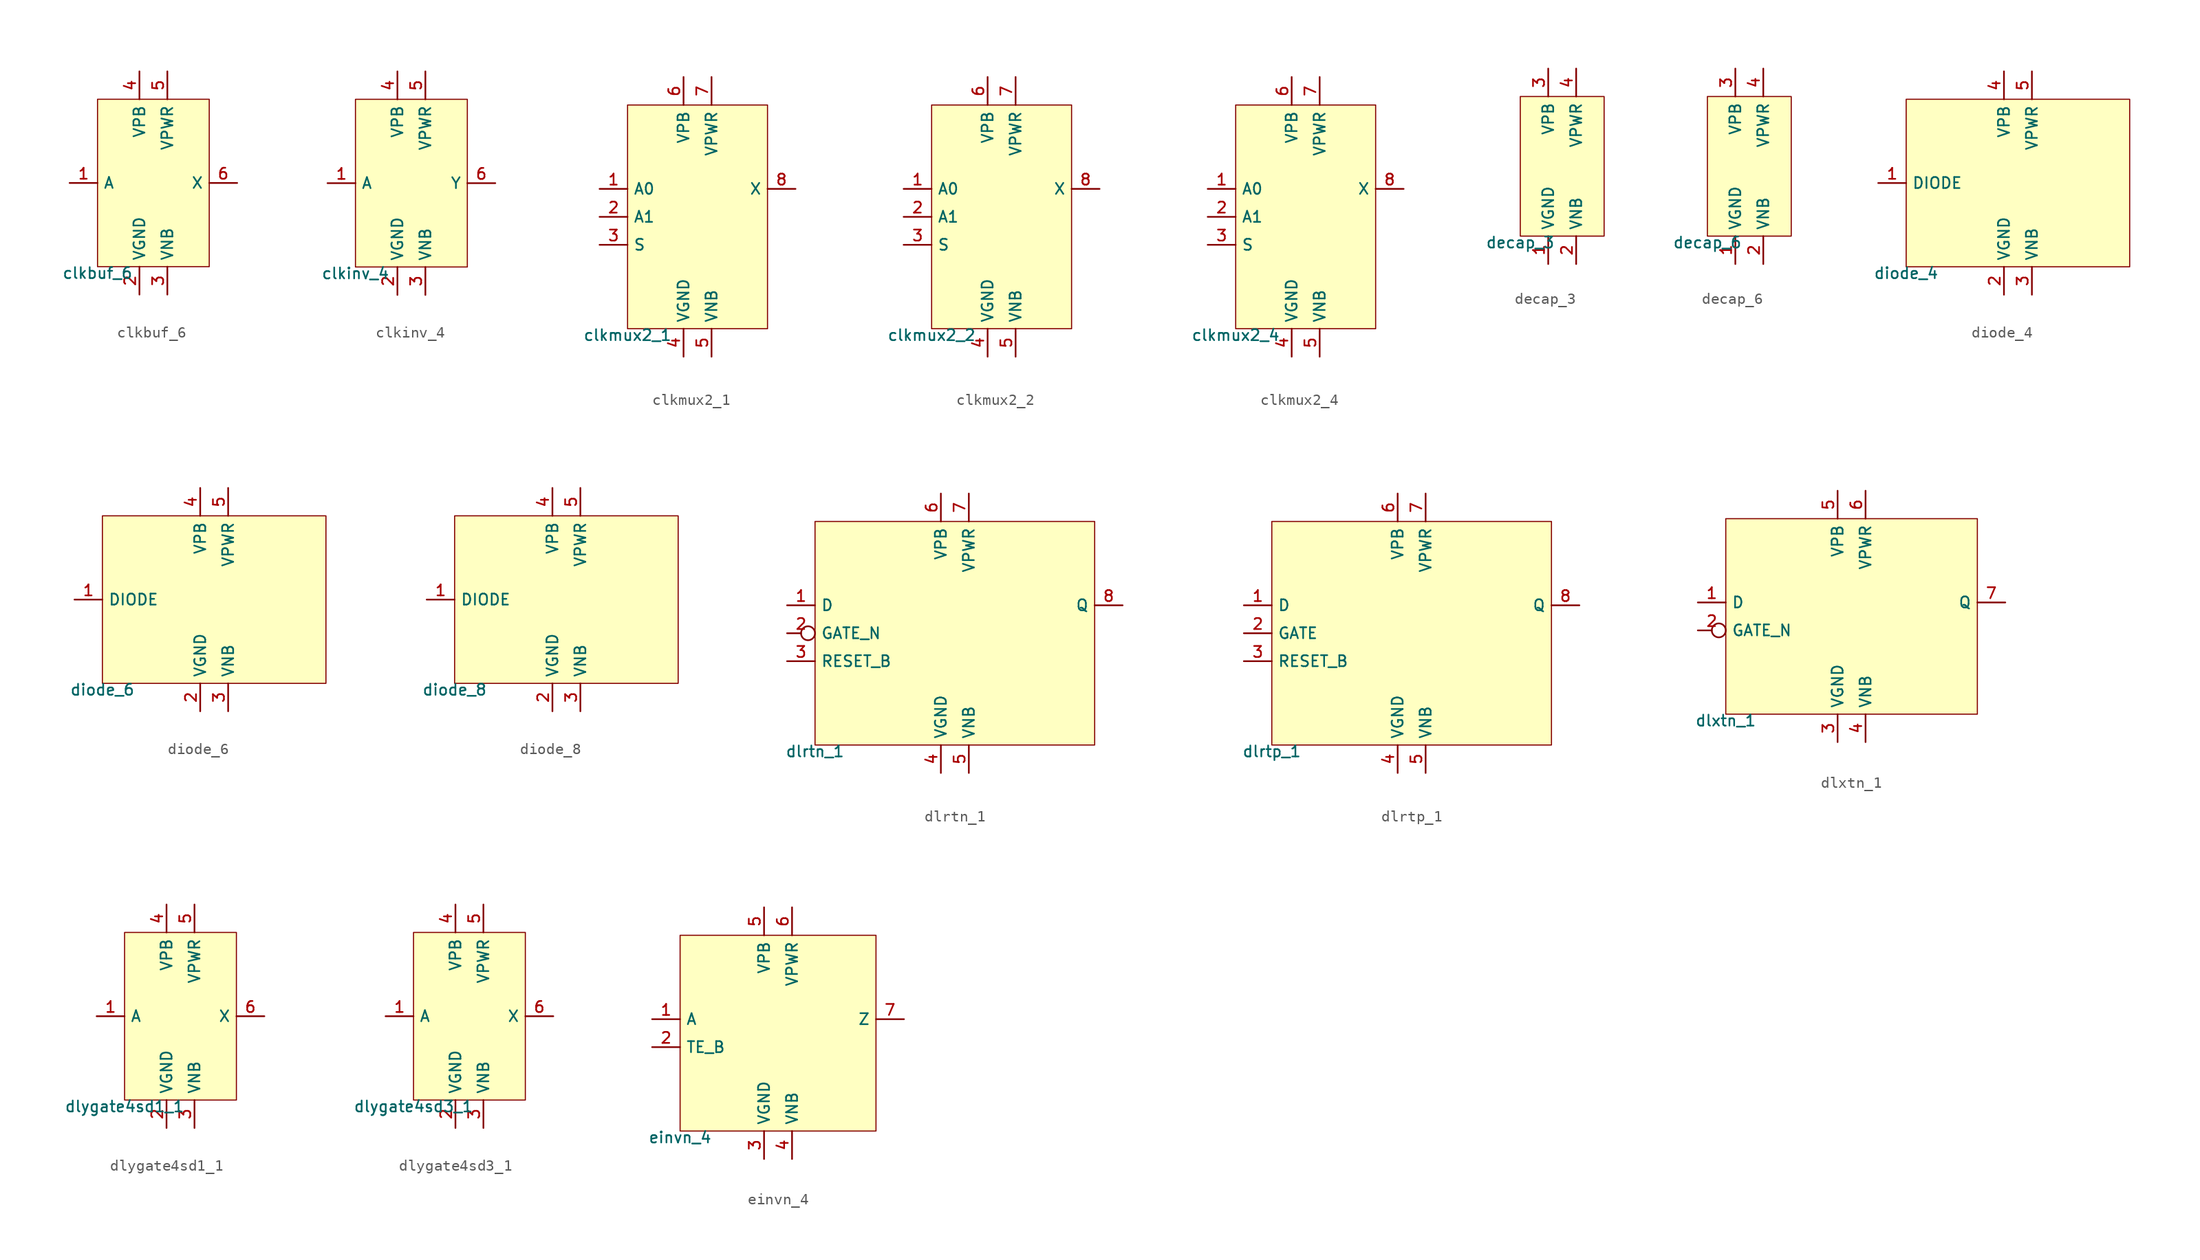
<source format=kicad_sym>
(kicad_symbol_lib
  (version 20211014)
  (generator pdk2kicad)
  (symbol "clkbuf_6"
    (property "Reference" "X"
      (at 0 0 0)
      (effects (font (size 1 1)) hide))
    (property "Value" "clkbuf_6"
      (at -5.08 -7.62 0)
      (effects (font (size 1 1)) (justify top)))
    (rectangle
      (start -5.08 -7.62)
      (end 5.08 7.62)
      (stroke (width 0.1) (type solid) (color 0 0 0 0))
      (fill (type background)))
    (pin input line
      (at -7.62 0.0 0)
      (length 2.54)
      (name "A" (effects (font (size 1 1)) hide))
      (number "1" (effects (font (size 1 1)) hide)))
    (pin power_in line
      (at -1.27 -10.16 90)
      (length 2.54)
      (name "VGND" (effects (font (size 1 1)) hide))
      (number "2" (effects (font (size 1 1)) hide)))
    (pin power_in line
      (at 1.27 -10.16 90)
      (length 2.54)
      (name "VNB" (effects (font (size 1 1)) hide))
      (number "3" (effects (font (size 1 1)) hide)))
    (pin power_in line
      (at -1.27 10.16 270)
      (length 2.54)
      (name "VPB" (effects (font (size 1 1)) hide))
      (number "4" (effects (font (size 1 1)) hide)))
    (pin power_in line
      (at 1.27 10.16 270)
      (length 2.54)
      (name "VPWR" (effects (font (size 1 1)) hide))
      (number "5" (effects (font (size 1 1)) hide)))
    (pin output line
      (at 7.62 0.0 180)
      (length 2.54)
      (name "X" (effects (font (size 1 1)) hide))
      (number "6" (effects (font (size 1 1)) hide))))
  (symbol "clkinv_4"
    (property "Reference" "X"
      (at 0 0 0)
      (effects (font (size 1 1)) hide))
    (property "Value" "clkinv_4"
      (at -5.08 -7.62 0)
      (effects (font (size 1 1)) (justify top)))
    (rectangle
      (start -5.08 -7.62)
      (end 5.08 7.62)
      (stroke (width 0.1) (type solid) (color 0 0 0 0))
      (fill (type background)))
    (pin input line
      (at -7.62 0.0 0)
      (length 2.54)
      (name "A" (effects (font (size 1 1)) hide))
      (number "1" (effects (font (size 1 1)) hide)))
    (pin power_in line
      (at -1.27 -10.16 90)
      (length 2.54)
      (name "VGND" (effects (font (size 1 1)) hide))
      (number "2" (effects (font (size 1 1)) hide)))
    (pin power_in line
      (at 1.27 -10.16 90)
      (length 2.54)
      (name "VNB" (effects (font (size 1 1)) hide))
      (number "3" (effects (font (size 1 1)) hide)))
    (pin power_in line
      (at -1.27 10.16 270)
      (length 2.54)
      (name "VPB" (effects (font (size 1 1)) hide))
      (number "4" (effects (font (size 1 1)) hide)))
    (pin power_in line
      (at 1.27 10.16 270)
      (length 2.54)
      (name "VPWR" (effects (font (size 1 1)) hide))
      (number "5" (effects (font (size 1 1)) hide)))
    (pin output line
      (at 7.62 0.0 180)
      (length 2.54)
      (name "Y" (effects (font (size 1 1)) hide))
      (number "6" (effects (font (size 1 1)) hide))))
  (symbol "clkmux2_1"
    (property "Reference" "X"
      (at 0 0 0)
      (effects (font (size 1 1)) hide))
    (property "Value" "clkmux2_1"
      (at -6.35 -10.16 0)
      (effects (font (size 1 1)) (justify top)))
    (rectangle
      (start -6.35 -10.16)
      (end 6.35 10.16)
      (stroke (width 0.1) (type solid) (color 0 0 0 0))
      (fill (type background)))
    (pin input line
      (at -8.89 2.54 0)
      (length 2.54)
      (name "A0" (effects (font (size 1 1)) hide))
      (number "1" (effects (font (size 1 1)) hide)))
    (pin input line
      (at -8.89 0.0 0)
      (length 2.54)
      (name "A1" (effects (font (size 1 1)) hide))
      (number "2" (effects (font (size 1 1)) hide)))
    (pin input line
      (at -8.89 -2.54 0)
      (length 2.54)
      (name "S" (effects (font (size 1 1)) hide))
      (number "3" (effects (font (size 1 1)) hide)))
    (pin power_in line
      (at -1.27 -12.7 90)
      (length 2.54)
      (name "VGND" (effects (font (size 1 1)) hide))
      (number "4" (effects (font (size 1 1)) hide)))
    (pin power_in line
      (at 1.27 -12.7 90)
      (length 2.54)
      (name "VNB" (effects (font (size 1 1)) hide))
      (number "5" (effects (font (size 1 1)) hide)))
    (pin power_in line
      (at -1.27 12.7 270)
      (length 2.54)
      (name "VPB" (effects (font (size 1 1)) hide))
      (number "6" (effects (font (size 1 1)) hide)))
    (pin power_in line
      (at 1.27 12.7 270)
      (length 2.54)
      (name "VPWR" (effects (font (size 1 1)) hide))
      (number "7" (effects (font (size 1 1)) hide)))
    (pin output line
      (at 8.89 2.54 180)
      (length 2.54)
      (name "X" (effects (font (size 1 1)) hide))
      (number "8" (effects (font (size 1 1)) hide))))
  (symbol "clkmux2_2"
    (property "Reference" "X"
      (at 0 0 0)
      (effects (font (size 1 1)) hide))
    (property "Value" "clkmux2_2"
      (at -6.35 -10.16 0)
      (effects (font (size 1 1)) (justify top)))
    (rectangle
      (start -6.35 -10.16)
      (end 6.35 10.16)
      (stroke (width 0.1) (type solid) (color 0 0 0 0))
      (fill (type background)))
    (pin input line
      (at -8.89 2.54 0)
      (length 2.54)
      (name "A0" (effects (font (size 1 1)) hide))
      (number "1" (effects (font (size 1 1)) hide)))
    (pin input line
      (at -8.89 0.0 0)
      (length 2.54)
      (name "A1" (effects (font (size 1 1)) hide))
      (number "2" (effects (font (size 1 1)) hide)))
    (pin input line
      (at -8.89 -2.54 0)
      (length 2.54)
      (name "S" (effects (font (size 1 1)) hide))
      (number "3" (effects (font (size 1 1)) hide)))
    (pin power_in line
      (at -1.27 -12.7 90)
      (length 2.54)
      (name "VGND" (effects (font (size 1 1)) hide))
      (number "4" (effects (font (size 1 1)) hide)))
    (pin power_in line
      (at 1.27 -12.7 90)
      (length 2.54)
      (name "VNB" (effects (font (size 1 1)) hide))
      (number "5" (effects (font (size 1 1)) hide)))
    (pin power_in line
      (at -1.27 12.7 270)
      (length 2.54)
      (name "VPB" (effects (font (size 1 1)) hide))
      (number "6" (effects (font (size 1 1)) hide)))
    (pin power_in line
      (at 1.27 12.7 270)
      (length 2.54)
      (name "VPWR" (effects (font (size 1 1)) hide))
      (number "7" (effects (font (size 1 1)) hide)))
    (pin output line
      (at 8.89 2.54 180)
      (length 2.54)
      (name "X" (effects (font (size 1 1)) hide))
      (number "8" (effects (font (size 1 1)) hide))))
  (symbol "clkmux2_4"
    (property "Reference" "X"
      (at 0 0 0)
      (effects (font (size 1 1)) hide))
    (property "Value" "clkmux2_4"
      (at -6.35 -10.16 0)
      (effects (font (size 1 1)) (justify top)))
    (rectangle
      (start -6.35 -10.16)
      (end 6.35 10.16)
      (stroke (width 0.1) (type solid) (color 0 0 0 0))
      (fill (type background)))
    (pin input line
      (at -8.89 2.54 0)
      (length 2.54)
      (name "A0" (effects (font (size 1 1)) hide))
      (number "1" (effects (font (size 1 1)) hide)))
    (pin input line
      (at -8.89 0.0 0)
      (length 2.54)
      (name "A1" (effects (font (size 1 1)) hide))
      (number "2" (effects (font (size 1 1)) hide)))
    (pin input line
      (at -8.89 -2.54 0)
      (length 2.54)
      (name "S" (effects (font (size 1 1)) hide))
      (number "3" (effects (font (size 1 1)) hide)))
    (pin power_in line
      (at -1.27 -12.7 90)
      (length 2.54)
      (name "VGND" (effects (font (size 1 1)) hide))
      (number "4" (effects (font (size 1 1)) hide)))
    (pin power_in line
      (at 1.27 -12.7 90)
      (length 2.54)
      (name "VNB" (effects (font (size 1 1)) hide))
      (number "5" (effects (font (size 1 1)) hide)))
    (pin power_in line
      (at -1.27 12.7 270)
      (length 2.54)
      (name "VPB" (effects (font (size 1 1)) hide))
      (number "6" (effects (font (size 1 1)) hide)))
    (pin power_in line
      (at 1.27 12.7 270)
      (length 2.54)
      (name "VPWR" (effects (font (size 1 1)) hide))
      (number "7" (effects (font (size 1 1)) hide)))
    (pin output line
      (at 8.89 2.54 180)
      (length 2.54)
      (name "X" (effects (font (size 1 1)) hide))
      (number "8" (effects (font (size 1 1)) hide))))
  (symbol "decap_3"
    (property "Reference" "X"
      (at 0 0 0)
      (effects (font (size 1 1)) hide))
    (property "Value" "decap_3"
      (at -3.81 -6.35 0)
      (effects (font (size 1 1)) (justify top)))
    (rectangle
      (start -3.81 -6.35)
      (end 3.81 6.35)
      (stroke (width 0.1) (type solid) (color 0 0 0 0))
      (fill (type background)))
    (pin power_in line
      (at -1.27 -8.89 90)
      (length 2.54)
      (name "VGND" (effects (font (size 1 1)) hide))
      (number "1" (effects (font (size 1 1)) hide)))
    (pin power_in line
      (at 1.27 -8.89 90)
      (length 2.54)
      (name "VNB" (effects (font (size 1 1)) hide))
      (number "2" (effects (font (size 1 1)) hide)))
    (pin power_in line
      (at -1.27 8.89 270)
      (length 2.54)
      (name "VPB" (effects (font (size 1 1)) hide))
      (number "3" (effects (font (size 1 1)) hide)))
    (pin power_in line
      (at 1.27 8.89 270)
      (length 2.54)
      (name "VPWR" (effects (font (size 1 1)) hide))
      (number "4" (effects (font (size 1 1)) hide))))
  (symbol "decap_6"
    (property "Reference" "X"
      (at 0 0 0)
      (effects (font (size 1 1)) hide))
    (property "Value" "decap_6"
      (at -3.81 -6.35 0)
      (effects (font (size 1 1)) (justify top)))
    (rectangle
      (start -3.81 -6.35)
      (end 3.81 6.35)
      (stroke (width 0.1) (type solid) (color 0 0 0 0))
      (fill (type background)))
    (pin power_in line
      (at -1.27 -8.89 90)
      (length 2.54)
      (name "VGND" (effects (font (size 1 1)) hide))
      (number "1" (effects (font (size 1 1)) hide)))
    (pin power_in line
      (at 1.27 -8.89 90)
      (length 2.54)
      (name "VNB" (effects (font (size 1 1)) hide))
      (number "2" (effects (font (size 1 1)) hide)))
    (pin power_in line
      (at -1.27 8.89 270)
      (length 2.54)
      (name "VPB" (effects (font (size 1 1)) hide))
      (number "3" (effects (font (size 1 1)) hide)))
    (pin power_in line
      (at 1.27 8.89 270)
      (length 2.54)
      (name "VPWR" (effects (font (size 1 1)) hide))
      (number "4" (effects (font (size 1 1)) hide))))
  (symbol "diode_4"
    (property "Reference" "X"
      (at 0 0 0)
      (effects (font (size 1 1)) hide))
    (property "Value" "diode_4"
      (at -10.16 -7.62 0)
      (effects (font (size 1 1)) (justify top)))
    (rectangle
      (start -10.16 -7.62)
      (end 10.16 7.62)
      (stroke (width 0.1) (type solid) (color 0 0 0 0))
      (fill (type background)))
    (pin input line
      (at -12.7 0.0 0)
      (length 2.54)
      (name "DIODE" (effects (font (size 1 1)) hide))
      (number "1" (effects (font (size 1 1)) hide)))
    (pin power_in line
      (at -1.27 -10.16 90)
      (length 2.54)
      (name "VGND" (effects (font (size 1 1)) hide))
      (number "2" (effects (font (size 1 1)) hide)))
    (pin power_in line
      (at 1.27 -10.16 90)
      (length 2.54)
      (name "VNB" (effects (font (size 1 1)) hide))
      (number "3" (effects (font (size 1 1)) hide)))
    (pin power_in line
      (at -1.27 10.16 270)
      (length 2.54)
      (name "VPB" (effects (font (size 1 1)) hide))
      (number "4" (effects (font (size 1 1)) hide)))
    (pin power_in line
      (at 1.27 10.16 270)
      (length 2.54)
      (name "VPWR" (effects (font (size 1 1)) hide))
      (number "5" (effects (font (size 1 1)) hide))))
  (symbol "diode_6"
    (property "Reference" "X"
      (at 0 0 0)
      (effects (font (size 1 1)) hide))
    (property "Value" "diode_6"
      (at -10.16 -7.62 0)
      (effects (font (size 1 1)) (justify top)))
    (rectangle
      (start -10.16 -7.62)
      (end 10.16 7.62)
      (stroke (width 0.1) (type solid) (color 0 0 0 0))
      (fill (type background)))
    (pin input line
      (at -12.7 0.0 0)
      (length 2.54)
      (name "DIODE" (effects (font (size 1 1)) hide))
      (number "1" (effects (font (size 1 1)) hide)))
    (pin power_in line
      (at -1.27 -10.16 90)
      (length 2.54)
      (name "VGND" (effects (font (size 1 1)) hide))
      (number "2" (effects (font (size 1 1)) hide)))
    (pin power_in line
      (at 1.27 -10.16 90)
      (length 2.54)
      (name "VNB" (effects (font (size 1 1)) hide))
      (number "3" (effects (font (size 1 1)) hide)))
    (pin power_in line
      (at -1.27 10.16 270)
      (length 2.54)
      (name "VPB" (effects (font (size 1 1)) hide))
      (number "4" (effects (font (size 1 1)) hide)))
    (pin power_in line
      (at 1.27 10.16 270)
      (length 2.54)
      (name "VPWR" (effects (font (size 1 1)) hide))
      (number "5" (effects (font (size 1 1)) hide))))
  (symbol "diode_8"
    (property "Reference" "X"
      (at 0 0 0)
      (effects (font (size 1 1)) hide))
    (property "Value" "diode_8"
      (at -10.16 -7.62 0)
      (effects (font (size 1 1)) (justify top)))
    (rectangle
      (start -10.16 -7.62)
      (end 10.16 7.62)
      (stroke (width 0.1) (type solid) (color 0 0 0 0))
      (fill (type background)))
    (pin input line
      (at -12.7 0.0 0)
      (length 2.54)
      (name "DIODE" (effects (font (size 1 1)) hide))
      (number "1" (effects (font (size 1 1)) hide)))
    (pin power_in line
      (at -1.27 -10.16 90)
      (length 2.54)
      (name "VGND" (effects (font (size 1 1)) hide))
      (number "2" (effects (font (size 1 1)) hide)))
    (pin power_in line
      (at 1.27 -10.16 90)
      (length 2.54)
      (name "VNB" (effects (font (size 1 1)) hide))
      (number "3" (effects (font (size 1 1)) hide)))
    (pin power_in line
      (at -1.27 10.16 270)
      (length 2.54)
      (name "VPB" (effects (font (size 1 1)) hide))
      (number "4" (effects (font (size 1 1)) hide)))
    (pin power_in line
      (at 1.27 10.16 270)
      (length 2.54)
      (name "VPWR" (effects (font (size 1 1)) hide))
      (number "5" (effects (font (size 1 1)) hide))))
  (symbol "dlrtn_1"
    (property "Reference" "X"
      (at 0 0 0)
      (effects (font (size 1 1)) hide))
    (property "Value" "dlrtn_1"
      (at -12.7 -10.16 0)
      (effects (font (size 1 1)) (justify top)))
    (rectangle
      (start -12.7 -10.16)
      (end 12.7 10.16)
      (stroke (width 0.1) (type solid) (color 0 0 0 0))
      (fill (type background)))
    (pin input line
      (at -15.24 2.54 0)
      (length 2.54)
      (name "D" (effects (font (size 1 1)) hide))
      (number "1" (effects (font (size 1 1)) hide)))
    (pin input inverted
      (at -15.24 0.0 0)
      (length 2.54)
      (name "GATE_N" (effects (font (size 1 1)) hide))
      (number "2" (effects (font (size 1 1)) hide)))
    (pin input line
      (at -15.24 -2.54 0)
      (length 2.54)
      (name "RESET_B" (effects (font (size 1 1)) hide))
      (number "3" (effects (font (size 1 1)) hide)))
    (pin power_in line
      (at -1.27 -12.7 90)
      (length 2.54)
      (name "VGND" (effects (font (size 1 1)) hide))
      (number "4" (effects (font (size 1 1)) hide)))
    (pin power_in line
      (at 1.27 -12.7 90)
      (length 2.54)
      (name "VNB" (effects (font (size 1 1)) hide))
      (number "5" (effects (font (size 1 1)) hide)))
    (pin power_in line
      (at -1.27 12.7 270)
      (length 2.54)
      (name "VPB" (effects (font (size 1 1)) hide))
      (number "6" (effects (font (size 1 1)) hide)))
    (pin power_in line
      (at 1.27 12.7 270)
      (length 2.54)
      (name "VPWR" (effects (font (size 1 1)) hide))
      (number "7" (effects (font (size 1 1)) hide)))
    (pin output line
      (at 15.24 2.54 180)
      (length 2.54)
      (name "Q" (effects (font (size 1 1)) hide))
      (number "8" (effects (font (size 1 1)) hide))))
  (symbol "dlrtp_1"
    (property "Reference" "X"
      (at 0 0 0)
      (effects (font (size 1 1)) hide))
    (property "Value" "dlrtp_1"
      (at -12.7 -10.16 0)
      (effects (font (size 1 1)) (justify top)))
    (rectangle
      (start -12.7 -10.16)
      (end 12.7 10.16)
      (stroke (width 0.1) (type solid) (color 0 0 0 0))
      (fill (type background)))
    (pin input line
      (at -15.24 2.54 0)
      (length 2.54)
      (name "D" (effects (font (size 1 1)) hide))
      (number "1" (effects (font (size 1 1)) hide)))
    (pin input line
      (at -15.24 0.0 0)
      (length 2.54)
      (name "GATE" (effects (font (size 1 1)) hide))
      (number "2" (effects (font (size 1 1)) hide)))
    (pin input line
      (at -15.24 -2.54 0)
      (length 2.54)
      (name "RESET_B" (effects (font (size 1 1)) hide))
      (number "3" (effects (font (size 1 1)) hide)))
    (pin power_in line
      (at -1.27 -12.7 90)
      (length 2.54)
      (name "VGND" (effects (font (size 1 1)) hide))
      (number "4" (effects (font (size 1 1)) hide)))
    (pin power_in line
      (at 1.27 -12.7 90)
      (length 2.54)
      (name "VNB" (effects (font (size 1 1)) hide))
      (number "5" (effects (font (size 1 1)) hide)))
    (pin power_in line
      (at -1.27 12.7 270)
      (length 2.54)
      (name "VPB" (effects (font (size 1 1)) hide))
      (number "6" (effects (font (size 1 1)) hide)))
    (pin power_in line
      (at 1.27 12.7 270)
      (length 2.54)
      (name "VPWR" (effects (font (size 1 1)) hide))
      (number "7" (effects (font (size 1 1)) hide)))
    (pin output line
      (at 15.24 2.54 180)
      (length 2.54)
      (name "Q" (effects (font (size 1 1)) hide))
      (number "8" (effects (font (size 1 1)) hide))))
  (symbol "dlxtn_1"
    (property "Reference" "X"
      (at 0 0 0)
      (effects (font (size 1 1)) hide))
    (property "Value" "dlxtn_1"
      (at -11.43 -8.89 0)
      (effects (font (size 1 1)) (justify top)))
    (rectangle
      (start -11.43 -8.89)
      (end 11.43 8.89)
      (stroke (width 0.1) (type solid) (color 0 0 0 0))
      (fill (type background)))
    (pin input line
      (at -13.97 1.27 0)
      (length 2.54)
      (name "D" (effects (font (size 1 1)) hide))
      (number "1" (effects (font (size 1 1)) hide)))
    (pin input inverted
      (at -13.97 -1.27 0)
      (length 2.54)
      (name "GATE_N" (effects (font (size 1 1)) hide))
      (number "2" (effects (font (size 1 1)) hide)))
    (pin power_in line
      (at -1.27 -11.43 90)
      (length 2.54)
      (name "VGND" (effects (font (size 1 1)) hide))
      (number "3" (effects (font (size 1 1)) hide)))
    (pin power_in line
      (at 1.27 -11.43 90)
      (length 2.54)
      (name "VNB" (effects (font (size 1 1)) hide))
      (number "4" (effects (font (size 1 1)) hide)))
    (pin power_in line
      (at -1.27 11.43 270)
      (length 2.54)
      (name "VPB" (effects (font (size 1 1)) hide))
      (number "5" (effects (font (size 1 1)) hide)))
    (pin power_in line
      (at 1.27 11.43 270)
      (length 2.54)
      (name "VPWR" (effects (font (size 1 1)) hide))
      (number "6" (effects (font (size 1 1)) hide)))
    (pin output line
      (at 13.97 1.27 180)
      (length 2.54)
      (name "Q" (effects (font (size 1 1)) hide))
      (number "7" (effects (font (size 1 1)) hide))))
  (symbol "dlygate4sd1_1"
    (property "Reference" "X"
      (at 0 0 0)
      (effects (font (size 1 1)) hide))
    (property "Value" "dlygate4sd1_1"
      (at -5.08 -7.62 0)
      (effects (font (size 1 1)) (justify top)))
    (rectangle
      (start -5.08 -7.62)
      (end 5.08 7.62)
      (stroke (width 0.1) (type solid) (color 0 0 0 0))
      (fill (type background)))
    (pin input line
      (at -7.62 0.0 0)
      (length 2.54)
      (name "A" (effects (font (size 1 1)) hide))
      (number "1" (effects (font (size 1 1)) hide)))
    (pin power_in line
      (at -1.27 -10.16 90)
      (length 2.54)
      (name "VGND" (effects (font (size 1 1)) hide))
      (number "2" (effects (font (size 1 1)) hide)))
    (pin power_in line
      (at 1.27 -10.16 90)
      (length 2.54)
      (name "VNB" (effects (font (size 1 1)) hide))
      (number "3" (effects (font (size 1 1)) hide)))
    (pin power_in line
      (at -1.27 10.16 270)
      (length 2.54)
      (name "VPB" (effects (font (size 1 1)) hide))
      (number "4" (effects (font (size 1 1)) hide)))
    (pin power_in line
      (at 1.27 10.16 270)
      (length 2.54)
      (name "VPWR" (effects (font (size 1 1)) hide))
      (number "5" (effects (font (size 1 1)) hide)))
    (pin output line
      (at 7.62 0.0 180)
      (length 2.54)
      (name "X" (effects (font (size 1 1)) hide))
      (number "6" (effects (font (size 1 1)) hide))))
  (symbol "dlygate4sd3_1"
    (property "Reference" "X"
      (at 0 0 0)
      (effects (font (size 1 1)) hide))
    (property "Value" "dlygate4sd3_1"
      (at -5.08 -7.62 0)
      (effects (font (size 1 1)) (justify top)))
    (rectangle
      (start -5.08 -7.62)
      (end 5.08 7.62)
      (stroke (width 0.1) (type solid) (color 0 0 0 0))
      (fill (type background)))
    (pin input line
      (at -7.62 0.0 0)
      (length 2.54)
      (name "A" (effects (font (size 1 1)) hide))
      (number "1" (effects (font (size 1 1)) hide)))
    (pin power_in line
      (at -1.27 -10.16 90)
      (length 2.54)
      (name "VGND" (effects (font (size 1 1)) hide))
      (number "2" (effects (font (size 1 1)) hide)))
    (pin power_in line
      (at 1.27 -10.16 90)
      (length 2.54)
      (name "VNB" (effects (font (size 1 1)) hide))
      (number "3" (effects (font (size 1 1)) hide)))
    (pin power_in line
      (at -1.27 10.16 270)
      (length 2.54)
      (name "VPB" (effects (font (size 1 1)) hide))
      (number "4" (effects (font (size 1 1)) hide)))
    (pin power_in line
      (at 1.27 10.16 270)
      (length 2.54)
      (name "VPWR" (effects (font (size 1 1)) hide))
      (number "5" (effects (font (size 1 1)) hide)))
    (pin output line
      (at 7.62 0.0 180)
      (length 2.54)
      (name "X" (effects (font (size 1 1)) hide))
      (number "6" (effects (font (size 1 1)) hide))))
  (symbol "einvn_4"
    (property "Reference" "X"
      (at 0 0 0)
      (effects (font (size 1 1)) hide))
    (property "Value" "einvn_4"
      (at -8.89 -8.89 0)
      (effects (font (size 1 1)) (justify top)))
    (rectangle
      (start -8.89 -8.89)
      (end 8.89 8.89)
      (stroke (width 0.1) (type solid) (color 0 0 0 0))
      (fill (type background)))
    (pin input line
      (at -11.43 1.27 0)
      (length 2.54)
      (name "A" (effects (font (size 1 1)) hide))
      (number "1" (effects (font (size 1 1)) hide)))
    (pin input line
      (at -11.43 -1.27 0)
      (length 2.54)
      (name "TE_B" (effects (font (size 1 1)) hide))
      (number "2" (effects (font (size 1 1)) hide)))
    (pin power_in line
      (at -1.27 -11.43 90)
      (length 2.54)
      (name "VGND" (effects (font (size 1 1)) hide))
      (number "3" (effects (font (size 1 1)) hide)))
    (pin power_in line
      (at 1.27 -11.43 90)
      (length 2.54)
      (name "VNB" (effects (font (size 1 1)) hide))
      (number "4" (effects (font (size 1 1)) hide)))
    (pin power_in line
      (at -1.27 11.43 270)
      (length 2.54)
      (name "VPB" (effects (font (size 1 1)) hide))
      (number "5" (effects (font (size 1 1)) hide)))
    (pin power_in line
      (at 1.27 11.43 270)
      (length 2.54)
      (name "VPWR" (effects (font (size 1 1)) hide))
      (number "6" (effects (font (size 1 1)) hide)))
    (pin output line
      (at 11.43 1.27 180)
      (length 2.54)
      (name "Z" (effects (font (size 1 1)) hide))
      (number "7" (effects (font (size 1 1)) hide)))))
</source>
